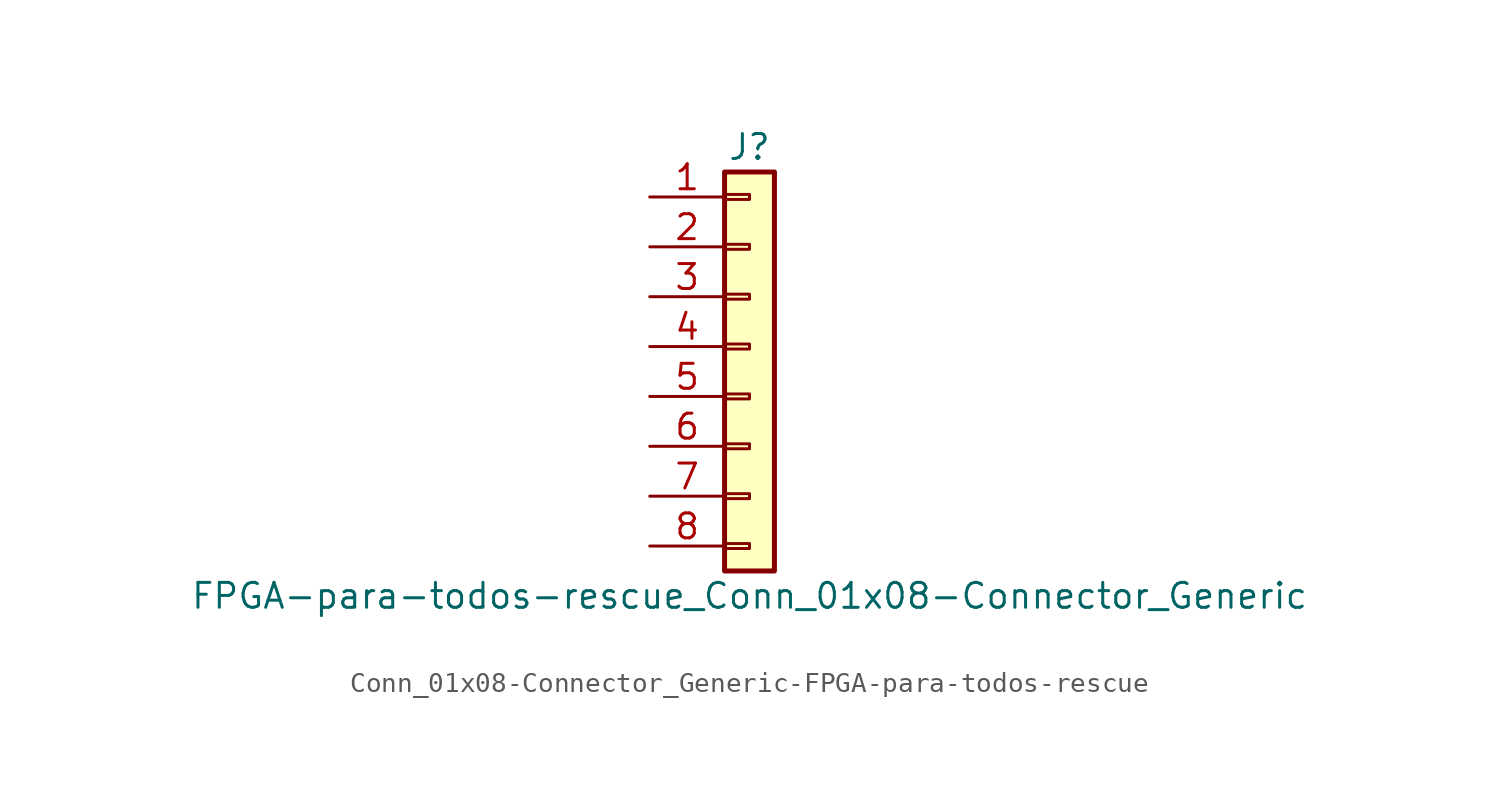
<source format=kicad_sym>
(kicad_symbol_lib
  (version 20231120)
  (generator "kicad_symbol_editor")
  (generator_version "8.0")
  (symbol "Conn_01x08-Connector_Generic-FPGA-para-todos-rescue"
    (pin_names
      (offset 1.016) hide)
    (property "Reference" "J"
      (at 0 10.16 0)
      (effects (font (size 1.27 1.27))))
    (property "Value" "FPGA-para-todos-rescue_Conn_01x08-Connector_Generic"
      (at 0 -12.7 0)
      (effects (font (size 1.27 1.27))))
    (symbol "Conn_01x08-Connector_Generic-FPGA-para-todos-rescue_1_1"
      (rectangle (start -1.27 -10.033) (end 0 -10.287) (stroke (width 0.152) (type solid)) (fill (type none)))
      (rectangle (start -1.27 -7.493) (end 0 -7.747) (stroke (width 0.152) (type solid)) (fill (type none)))
      (rectangle (start -1.27 -4.953) (end 0 -5.207) (stroke (width 0.152) (type solid)) (fill (type none)))
      (rectangle (start -1.27 -2.413) (end 0 -2.667) (stroke (width 0.152) (type solid)) (fill (type none)))
      (rectangle (start -1.27 0.127) (end 0 -0.127) (stroke (width 0.152) (type solid)) (fill (type none)))
      (rectangle (start -1.27 2.667) (end 0 2.413) (stroke (width 0.152) (type solid)) (fill (type none)))
      (rectangle (start -1.27 5.207) (end 0 4.953) (stroke (width 0.152) (type solid)) (fill (type none)))
      (rectangle (start -1.27 7.747) (end 0 7.493) (stroke (width 0.152) (type solid)) (fill (type none)))
      (rectangle (start -1.27 8.89) (end 1.27 -11.43) (stroke (width 0.254) (type solid)) (fill (type background)))
      (pin passive line (at -5.08 7.62 0) (length 3.81) (name "Pin_1" (effects (font (size 1.27 1.27)))) (number "1" (effects (font (size 1.27 1.27)))))
      (pin passive line (at -5.08 5.08 0) (length 3.81) (name "Pin_2" (effects (font (size 1.27 1.27)))) (number "2" (effects (font (size 1.27 1.27)))))
      (pin passive line (at -5.08 2.54 0) (length 3.81) (name "Pin_3" (effects (font (size 1.27 1.27)))) (number "3" (effects (font (size 1.27 1.27)))))
      (pin passive line (at -5.08 0 0) (length 3.81) (name "Pin_4" (effects (font (size 1.27 1.27)))) (number "4" (effects (font (size 1.27 1.27)))))
      (pin passive line (at -5.08 -2.54 0) (length 3.81) (name "Pin_5" (effects (font (size 1.27 1.27)))) (number "5" (effects (font (size 1.27 1.27)))))
      (pin passive line (at -5.08 -5.08 0) (length 3.81) (name "Pin_6" (effects (font (size 1.27 1.27)))) (number "6" (effects (font (size 1.27 1.27)))))
      (pin passive line (at -5.08 -7.62 0) (length 3.81) (name "Pin_7" (effects (font (size 1.27 1.27)))) (number "7" (effects (font (size 1.27 1.27)))))
      (pin passive line (at -5.08 -10.16 0) (length 3.81) (name "Pin_8" (effects (font (size 1.27 1.27)))) (number "8" (effects (font (size 1.27 1.27))))))))
</source>
